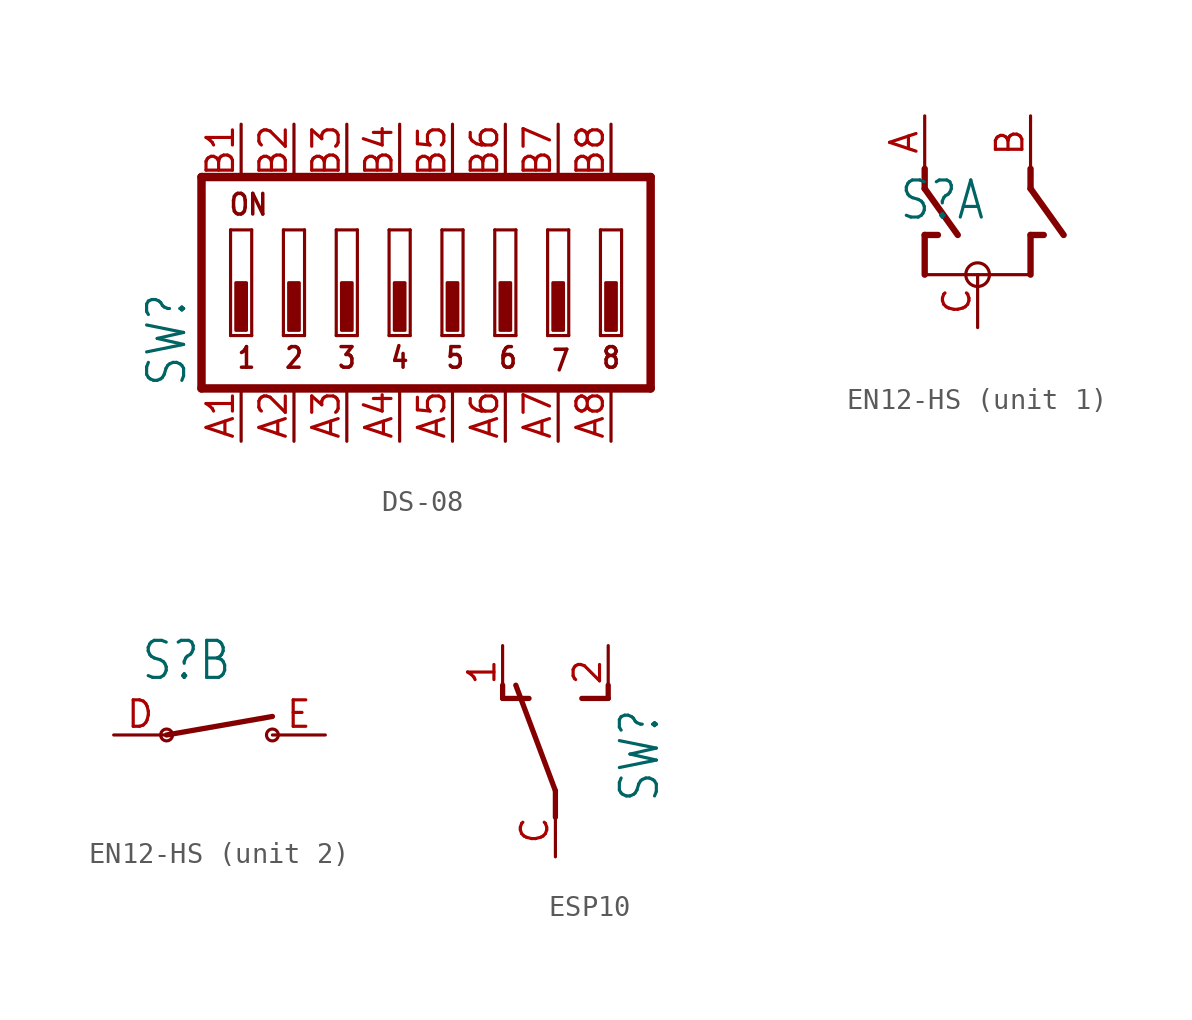
<source format=kicad_sym>
(kicad_symbol_lib
  (version 20231120)
  (generator "kicad_symbol_editor")
  (generator_version "8.0")
  (symbol "DS-08"
    (property "Reference" "SW"
      (at -12.7 -5.08 90)
      (effects (font (size 1.778 1.511)) (justify left bottom)))
    (property "Value" ""
      (at 12.065 -5.08 90)
      (effects (font (size 1.778 1.511)) (justify left bottom)))
    (property "ki_locked" ""
      (at 0 0 0)
      (effects (font (size 1.27 1.27))))
    (symbol "DS-08_1_0"
      (rectangle (start -10.414 -2.286) (end -9.906 0) (stroke (width 0) (type default)) (fill (type outline)))
      (rectangle (start -7.874 -2.286) (end -7.366 0) (stroke (width 0) (type default)) (fill (type outline)))
      (rectangle (start -5.334 -2.286) (end -4.826 0) (stroke (width 0) (type default)) (fill (type outline)))
      (rectangle (start -2.794 -2.286) (end -2.286 0) (stroke (width 0) (type default)) (fill (type outline)))
      (rectangle (start -0.254 -2.286) (end 0.254 0) (stroke (width 0) (type default)) (fill (type outline)))
      (polyline (pts (xy -12.065 -5.08) (xy 9.525 -5.08)) (stroke (width 0.406) (type solid)) (fill (type none)))
      (polyline (pts (xy -12.065 5.08) (xy -12.065 -5.08)) (stroke (width 0.406) (type solid)) (fill (type none)))
      (polyline (pts (xy -10.668 -2.54) (xy -10.668 2.54)) (stroke (width 0.152) (type solid)) (fill (type none)))
      (polyline (pts (xy -10.668 2.54) (xy -9.652 2.54)) (stroke (width 0.152) (type solid)) (fill (type none)))
      (polyline (pts (xy -9.652 -2.54) (xy -10.668 -2.54)) (stroke (width 0.152) (type solid)) (fill (type none)))
      (polyline (pts (xy -9.652 2.54) (xy -9.652 -2.54)) (stroke (width 0.152) (type solid)) (fill (type none)))
      (polyline (pts (xy -8.128 -2.54) (xy -8.128 2.54)) (stroke (width 0.152) (type solid)) (fill (type none)))
      (polyline (pts (xy -8.128 2.54) (xy -7.112 2.54)) (stroke (width 0.152) (type solid)) (fill (type none)))
      (polyline (pts (xy -7.112 -2.54) (xy -8.128 -2.54)) (stroke (width 0.152) (type solid)) (fill (type none)))
      (polyline (pts (xy -7.112 2.54) (xy -7.112 -2.54)) (stroke (width 0.152) (type solid)) (fill (type none)))
      (polyline (pts (xy -5.588 -2.54) (xy -5.588 2.54)) (stroke (width 0.152) (type solid)) (fill (type none)))
      (polyline (pts (xy -5.588 2.54) (xy -4.572 2.54)) (stroke (width 0.152) (type solid)) (fill (type none)))
      (polyline (pts (xy -4.572 -2.54) (xy -5.588 -2.54)) (stroke (width 0.152) (type solid)) (fill (type none)))
      (polyline (pts (xy -4.572 2.54) (xy -4.572 -2.54)) (stroke (width 0.152) (type solid)) (fill (type none)))
      (polyline (pts (xy -3.048 -2.54) (xy -3.048 2.54)) (stroke (width 0.152) (type solid)) (fill (type none)))
      (polyline (pts (xy -3.048 2.54) (xy -2.032 2.54)) (stroke (width 0.152) (type solid)) (fill (type none)))
      (polyline (pts (xy -2.032 -2.54) (xy -3.048 -2.54)) (stroke (width 0.152) (type solid)) (fill (type none)))
      (polyline (pts (xy -2.032 2.54) (xy -2.032 -2.54)) (stroke (width 0.152) (type solid)) (fill (type none)))
      (polyline (pts (xy -0.508 -2.54) (xy -0.508 2.54)) (stroke (width 0.152) (type solid)) (fill (type none)))
      (polyline (pts (xy -0.508 2.54) (xy 0.508 2.54)) (stroke (width 0.152) (type solid)) (fill (type none)))
      (polyline (pts (xy 0.508 -2.54) (xy -0.508 -2.54)) (stroke (width 0.152) (type solid)) (fill (type none)))
      (polyline (pts (xy 0.508 2.54) (xy 0.508 -2.54)) (stroke (width 0.152) (type solid)) (fill (type none)))
      (polyline (pts (xy 2.032 -2.54) (xy 2.032 2.54)) (stroke (width 0.152) (type solid)) (fill (type none)))
      (polyline (pts (xy 2.032 2.54) (xy 3.048 2.54)) (stroke (width 0.152) (type solid)) (fill (type none)))
      (polyline (pts (xy 3.048 -2.54) (xy 2.032 -2.54)) (stroke (width 0.152) (type solid)) (fill (type none)))
      (polyline (pts (xy 3.048 2.54) (xy 3.048 -2.54)) (stroke (width 0.152) (type solid)) (fill (type none)))
      (polyline (pts (xy 4.572 -2.54) (xy 4.572 2.54)) (stroke (width 0.152) (type solid)) (fill (type none)))
      (polyline (pts (xy 4.572 2.54) (xy 5.588 2.54)) (stroke (width 0.152) (type solid)) (fill (type none)))
      (polyline (pts (xy 5.588 -2.54) (xy 4.572 -2.54)) (stroke (width 0.152) (type solid)) (fill (type none)))
      (polyline (pts (xy 5.588 2.54) (xy 5.588 -2.54)) (stroke (width 0.152) (type solid)) (fill (type none)))
      (polyline (pts (xy 7.112 -2.54) (xy 7.112 2.54)) (stroke (width 0.152) (type solid)) (fill (type none)))
      (polyline (pts (xy 7.112 2.54) (xy 8.128 2.54)) (stroke (width 0.152) (type solid)) (fill (type none)))
      (polyline (pts (xy 8.128 -2.54) (xy 7.112 -2.54)) (stroke (width 0.152) (type solid)) (fill (type none)))
      (polyline (pts (xy 8.128 2.54) (xy 8.128 -2.54)) (stroke (width 0.152) (type solid)) (fill (type none)))
      (polyline (pts (xy 9.525 -5.08) (xy 9.525 5.08)) (stroke (width 0.406) (type solid)) (fill (type none)))
      (polyline (pts (xy 9.525 5.08) (xy -12.065 5.08)) (stroke (width 0.406) (type solid)) (fill (type none)))
      (rectangle (start 2.286 -2.286) (end 2.794 0) (stroke (width 0) (type default)) (fill (type outline)))
      (rectangle (start 4.826 -2.286) (end 5.334 0) (stroke (width 0) (type default)) (fill (type outline)))
      (rectangle (start 7.366 -2.286) (end 7.874 0) (stroke (width 0) (type default)) (fill (type outline)))
      (text "1" (at -10.414 -4.191 0) (effects (font (size 0.991 0.842) (thickness 0.168) (bold yes)) (justify left bottom)))
      (text "2" (at -8.128 -4.191 0) (effects (font (size 0.991 0.842) (thickness 0.168) (bold yes)) (justify left bottom)))
      (text "3" (at -5.588 -4.191 0) (effects (font (size 0.991 0.842) (thickness 0.168) (bold yes)) (justify left bottom)))
      (text "4" (at -3.048 -4.191 0) (effects (font (size 0.991 0.842) (thickness 0.168) (bold yes)) (justify left bottom)))
      (text "5" (at -0.381 -4.191 0) (effects (font (size 0.991 0.842) (thickness 0.168) (bold yes)) (justify left bottom)))
      (text "6" (at 2.159 -4.191 0) (effects (font (size 0.991 0.842) (thickness 0.168) (bold yes)) (justify left bottom)))
      (text "7" (at 4.699 -4.318 0) (effects (font (size 0.991 0.842) (thickness 0.168) (bold yes)) (justify left bottom)))
      (text "8" (at 7.112 -4.191 0) (effects (font (size 0.991 0.842) (thickness 0.168) (bold yes)) (justify left bottom)))
      (text "ON" (at -10.795 3.175 0) (effects (font (size 0.991 0.842) (thickness 0.168) (bold yes)) (justify left bottom)))
      (pin passive line (at -10.16 -7.62 90) (length 2.54) (name "1" (effects (font (size 0 0)))) (number "A1" (effects (font (size 1.27 1.27)))))
      (pin passive line (at -7.62 -7.62 90) (length 2.54) (name "2" (effects (font (size 0 0)))) (number "A2" (effects (font (size 1.27 1.27)))))
      (pin passive line (at -5.08 -7.62 90) (length 2.54) (name "3" (effects (font (size 0 0)))) (number "A3" (effects (font (size 1.27 1.27)))))
      (pin passive line (at -2.54 -7.62 90) (length 2.54) (name "4" (effects (font (size 0 0)))) (number "A4" (effects (font (size 1.27 1.27)))))
      (pin passive line (at 0 -7.62 90) (length 2.54) (name "5" (effects (font (size 0 0)))) (number "A5" (effects (font (size 1.27 1.27)))))
      (pin passive line (at 2.54 -7.62 90) (length 2.54) (name "6" (effects (font (size 0 0)))) (number "A6" (effects (font (size 1.27 1.27)))))
      (pin passive line (at 5.08 -7.62 90) (length 2.54) (name "7" (effects (font (size 0 0)))) (number "A7" (effects (font (size 1.27 1.27)))))
      (pin passive line (at 7.62 -7.62 90) (length 2.54) (name "8" (effects (font (size 0 0)))) (number "A8" (effects (font (size 1.27 1.27)))))
      (pin passive line (at -10.16 7.62 270) (length 2.54) (name "16" (effects (font (size 0 0)))) (number "B1" (effects (font (size 1.27 1.27)))))
      (pin passive line (at -7.62 7.62 270) (length 2.54) (name "15" (effects (font (size 0 0)))) (number "B2" (effects (font (size 1.27 1.27)))))
      (pin passive line (at -5.08 7.62 270) (length 2.54) (name "14" (effects (font (size 0 0)))) (number "B3" (effects (font (size 1.27 1.27)))))
      (pin passive line (at -2.54 7.62 270) (length 2.54) (name "13" (effects (font (size 0 0)))) (number "B4" (effects (font (size 1.27 1.27)))))
      (pin passive line (at 0 7.62 270) (length 2.54) (name "12" (effects (font (size 0 0)))) (number "B5" (effects (font (size 1.27 1.27)))))
      (pin passive line (at 2.54 7.62 270) (length 2.54) (name "11" (effects (font (size 0 0)))) (number "B6" (effects (font (size 1.27 1.27)))))
      (pin passive line (at 5.08 7.62 270) (length 2.54) (name "10" (effects (font (size 0 0)))) (number "B7" (effects (font (size 1.27 1.27)))))
      (pin passive line (at 7.62 7.62 270) (length 2.54) (name "9" (effects (font (size 0 0)))) (number "B8" (effects (font (size 1.27 1.27)))))))
  (symbol "EN12-HS"
    (property "Reference" "S"
      (at -3.81 2.54 0)
      (effects (font (size 1.778 1.511)) (justify left bottom)))
    (property "Value" ""
      (at -3.81 -3.81 0)
      (effects (font (size 1.778 1.511)) (justify left bottom)))
    (property "ki_locked" ""
      (at 0 0 0)
      (effects (font (size 1.27 1.27))))
    (symbol "EN12-HS_1_0"
      (polyline (pts (xy -2.54 0) (xy 2.54 0)) (stroke (width 0.152) (type solid)) (fill (type none)))
      (polyline (pts (xy -2.54 1.905) (xy -2.54 0)) (stroke (width 0.305) (type solid)) (fill (type none)))
      (polyline (pts (xy -2.54 4.128) (xy -0.953 1.905)) (stroke (width 0.305) (type solid)) (fill (type none)))
      (polyline (pts (xy -2.54 5.08) (xy -2.54 4.128)) (stroke (width 0.305) (type solid)) (fill (type none)))
      (polyline (pts (xy -1.905 1.905) (xy -2.54 1.905)) (stroke (width 0.305) (type solid)) (fill (type none)))
      (polyline (pts (xy 2.54 1.905) (xy 2.54 0)) (stroke (width 0.305) (type solid)) (fill (type none)))
      (polyline (pts (xy 2.54 4.128) (xy 4.128 1.905)) (stroke (width 0.305) (type solid)) (fill (type none)))
      (polyline (pts (xy 2.54 5.08) (xy 2.54 4.128)) (stroke (width 0.305) (type solid)) (fill (type none)))
      (polyline (pts (xy 3.175 1.905) (xy 2.54 1.905)) (stroke (width 0.305) (type solid)) (fill (type none)))
      (circle (center 0 0) (radius 0.568) (stroke (width 0) (type solid)) (fill (type none)))
      (pin passive line (at -2.54 7.62 270) (length 2.54) (name "A" (effects (font (size 0 0)))) (number "A" (effects (font (size 1.27 1.27)))))
      (pin passive line (at 2.54 7.62 270) (length 2.54) (name "B" (effects (font (size 0 0)))) (number "B" (effects (font (size 1.27 1.27)))))
      (pin passive line (at 0 -2.54 90) (length 2.54) (name "C" (effects (font (size 0 0)))) (number "C" (effects (font (size 1.27 1.27))))))
    (symbol "EN12-HS_2_0"
      (circle (center -2.54 0) (radius 0.284) (stroke (width 0) (type solid)) (fill (type none)))
      (polyline (pts (xy -2.54 0) (xy 2.54 0.889)) (stroke (width 0.254) (type solid)) (fill (type none)))
      (circle (center 2.54 0) (radius 0.284) (stroke (width 0) (type solid)) (fill (type none)))
      (pin passive line (at -5.08 0 0) (length 2.54) (name "1" (effects (font (size 0 0)))) (number "D" (effects (font (size 1.27 1.27)))))
      (pin passive line (at 5.08 0 180) (length 2.54) (name "2" (effects (font (size 0 0)))) (number "E" (effects (font (size 1.27 1.27)))))))
  (symbol "ESP10"
    (property "Reference" "SW"
      (at 5.08 -2.54 90)
      (effects (font (size 1.778 1.511)) (justify left bottom)))
    (property "Value" ""
      (at 7.62 -2.54 90)
      (effects (font (size 1.778 1.511)) (justify left bottom)))
    (property "ki_locked" ""
      (at 0 0 0)
      (effects (font (size 1.27 1.27))))
    (symbol "ESP10_1_0"
      (polyline (pts (xy -2.54 2.54) (xy -2.54 3.175)) (stroke (width 0.254) (type solid)) (fill (type none)))
      (polyline (pts (xy -2.54 2.54) (xy -1.27 2.54)) (stroke (width 0.254) (type solid)) (fill (type none)))
      (polyline (pts (xy 0 -3.175) (xy 0 -1.905)) (stroke (width 0.254) (type solid)) (fill (type none)))
      (polyline (pts (xy 0 -1.905) (xy -1.905 3.175)) (stroke (width 0.254) (type solid)) (fill (type none)))
      (polyline (pts (xy 1.27 2.54) (xy 2.54 2.54)) (stroke (width 0.254) (type solid)) (fill (type none)))
      (polyline (pts (xy 2.54 2.54) (xy 2.54 3.175)) (stroke (width 0.254) (type solid)) (fill (type none)))
      (pin passive line (at -2.54 5.08 270) (length 2.54) (name "O" (effects (font (size 0 0)))) (number "1" (effects (font (size 1.27 1.27)))))
      (pin passive line (at 2.54 5.08 270) (length 2.54) (name "S" (effects (font (size 0 0)))) (number "2" (effects (font (size 1.27 1.27)))))
      (pin passive line (at 0 -5.08 90) (length 2.54) (name "P" (effects (font (size 0 0)))) (number "C" (effects (font (size 1.27 1.27))))))))
</source>
